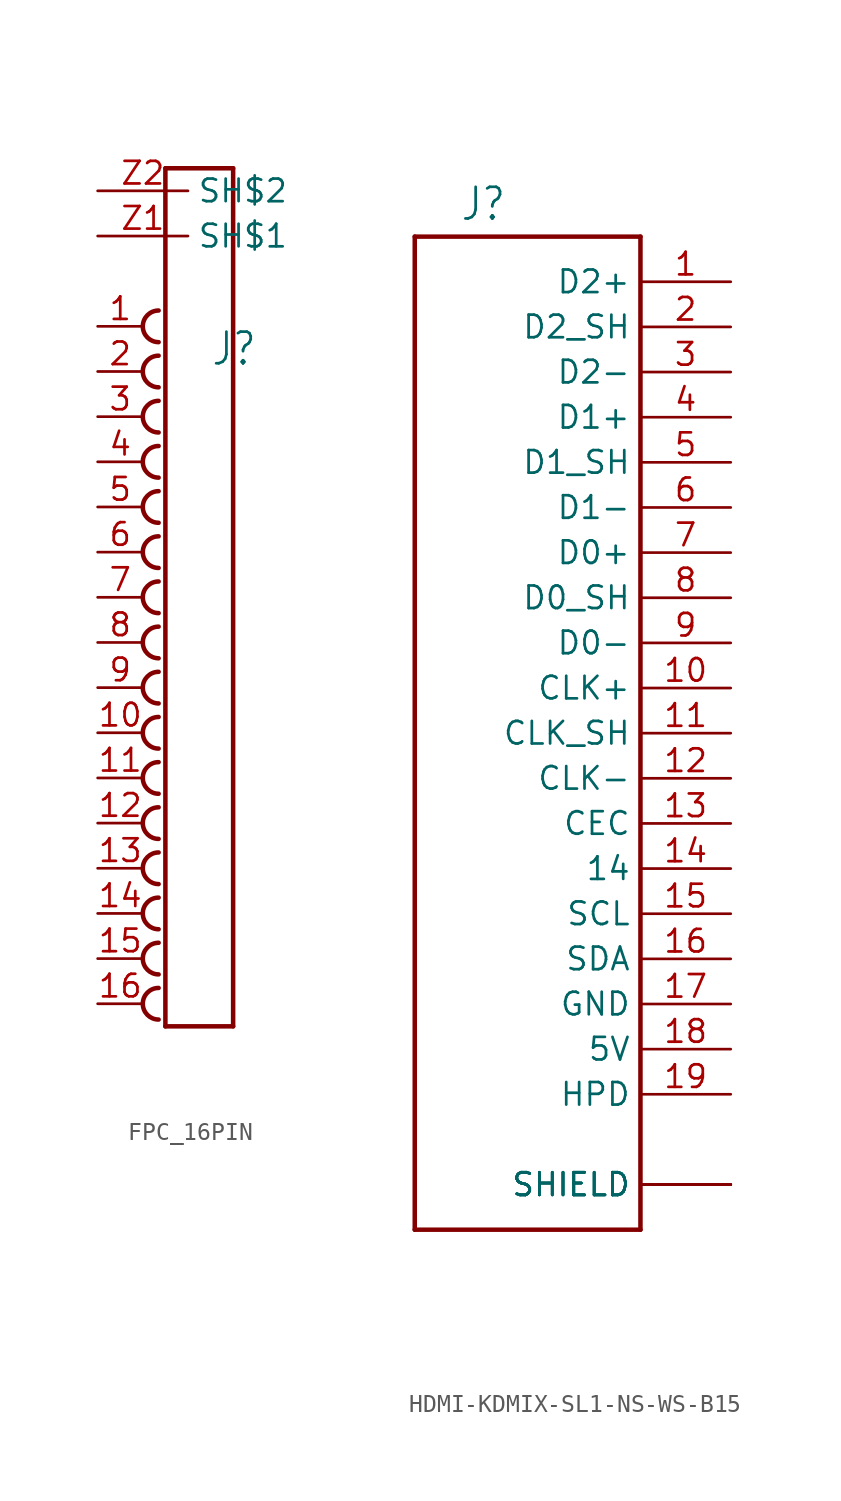
<source format=kicad_sym>
(kicad_symbol_lib
  (version 20231120)
  (generator "kicad_symbol_editor")
  (generator_version "8.0")
  (symbol "FPC_16PIN"
    (property "Reference" "J"
      (at 1.27 18.018 0)
      (effects (font (size 1.778 1.511)) (justify left bottom)))
    (property "Value" ""
      (at 1.27 15.24 0)
      (effects (font (size 1.778 1.511)) (justify left bottom)))
    (property "ki_locked" ""
      (at 0 0 0)
      (effects (font (size 1.27 1.27))))
    (symbol "FPC_16PIN_1_0"
      (arc (start -1.651 -16.891) (mid -2.54 -17.78) (end -1.651 -18.669) (stroke (width 0.254) (type solid)) (fill (type none)))
      (arc (start -1.651 -14.351) (mid -2.54 -15.24) (end -1.651 -16.129) (stroke (width 0.254) (type solid)) (fill (type none)))
      (arc (start -1.651 -11.811) (mid -2.54 -12.7) (end -1.651 -13.589) (stroke (width 0.254) (type solid)) (fill (type none)))
      (arc (start -1.651 -9.271) (mid -2.54 -10.16) (end -1.651 -11.049) (stroke (width 0.254) (type solid)) (fill (type none)))
      (arc (start -1.651 -6.731) (mid -2.54 -7.62) (end -1.651 -8.509) (stroke (width 0.254) (type solid)) (fill (type none)))
      (arc (start -1.651 -4.191) (mid -2.54 -5.08) (end -1.651 -5.969) (stroke (width 0.254) (type solid)) (fill (type none)))
      (arc (start -1.651 -1.651) (mid -2.54 -2.54) (end -1.651 -3.429) (stroke (width 0.254) (type solid)) (fill (type none)))
      (arc (start -1.651 0.889) (mid -2.54 0) (end -1.651 -0.889) (stroke (width 0.254) (type solid)) (fill (type none)))
      (arc (start -1.651 3.429) (mid -2.54 2.54) (end -1.651 1.651) (stroke (width 0.254) (type solid)) (fill (type none)))
      (arc (start -1.651 5.969) (mid -2.54 5.08) (end -1.651 4.191) (stroke (width 0.254) (type solid)) (fill (type none)))
      (arc (start -1.651 8.509) (mid -2.54 7.62) (end -1.651 6.731) (stroke (width 0.254) (type solid)) (fill (type none)))
      (arc (start -1.651 11.049) (mid -2.54 10.16) (end -1.651 9.271) (stroke (width 0.254) (type solid)) (fill (type none)))
      (arc (start -1.651 13.589) (mid -2.54 12.7) (end -1.651 11.811) (stroke (width 0.254) (type solid)) (fill (type none)))
      (arc (start -1.651 16.129) (mid -2.54 15.24) (end -1.651 14.351) (stroke (width 0.254) (type solid)) (fill (type none)))
      (arc (start -1.651 18.669) (mid -2.54 17.78) (end -1.651 16.891) (stroke (width 0.254) (type solid)) (fill (type none)))
      (arc (start -1.651 21.209) (mid -2.54 20.32) (end -1.651 19.431) (stroke (width 0.254) (type solid)) (fill (type none)))
      (polyline (pts (xy -1.27 -19.05) (xy -1.27 29.21)) (stroke (width 0.254) (type solid)) (fill (type none)))
      (polyline (pts (xy -1.27 29.21) (xy 2.54 29.21)) (stroke (width 0.254) (type solid)) (fill (type none)))
      (polyline (pts (xy 2.54 -19.05) (xy -1.27 -19.05)) (stroke (width 0.254) (type solid)) (fill (type none)))
      (polyline (pts (xy 2.54 29.21) (xy 2.54 -19.05)) (stroke (width 0.254) (type solid)) (fill (type none)))
      (pin passive line (at -5.08 20.32 0) (length 2.54) (name "1" (effects (font (size 0 0)))) (number "1" (effects (font (size 1.27 1.27)))))
      (pin passive line (at -5.08 -2.54 0) (length 2.54) (name "10" (effects (font (size 0 0)))) (number "10" (effects (font (size 1.27 1.27)))))
      (pin passive line (at -5.08 -5.08 0) (length 2.54) (name "11" (effects (font (size 0 0)))) (number "11" (effects (font (size 1.27 1.27)))))
      (pin passive line (at -5.08 -7.62 0) (length 2.54) (name "12" (effects (font (size 0 0)))) (number "12" (effects (font (size 1.27 1.27)))))
      (pin passive line (at -5.08 -10.16 0) (length 2.54) (name "13" (effects (font (size 0 0)))) (number "13" (effects (font (size 1.27 1.27)))))
      (pin passive line (at -5.08 -12.7 0) (length 2.54) (name "14" (effects (font (size 0 0)))) (number "14" (effects (font (size 1.27 1.27)))))
      (pin passive line (at -5.08 -15.24 0) (length 2.54) (name "15" (effects (font (size 0 0)))) (number "15" (effects (font (size 1.27 1.27)))))
      (pin passive line (at -5.08 -17.78 0) (length 2.54) (name "16" (effects (font (size 0 0)))) (number "16" (effects (font (size 1.27 1.27)))))
      (pin passive line (at -5.08 17.78 0) (length 2.54) (name "2" (effects (font (size 0 0)))) (number "2" (effects (font (size 1.27 1.27)))))
      (pin passive line (at -5.08 15.24 0) (length 2.54) (name "3" (effects (font (size 0 0)))) (number "3" (effects (font (size 1.27 1.27)))))
      (pin passive line (at -5.08 12.7 0) (length 2.54) (name "4" (effects (font (size 0 0)))) (number "4" (effects (font (size 1.27 1.27)))))
      (pin passive line (at -5.08 10.16 0) (length 2.54) (name "5" (effects (font (size 0 0)))) (number "5" (effects (font (size 1.27 1.27)))))
      (pin passive line (at -5.08 7.62 0) (length 2.54) (name "6" (effects (font (size 0 0)))) (number "6" (effects (font (size 1.27 1.27)))))
      (pin passive line (at -5.08 5.08 0) (length 2.54) (name "7" (effects (font (size 0 0)))) (number "7" (effects (font (size 1.27 1.27)))))
      (pin passive line (at -5.08 2.54 0) (length 2.54) (name "8" (effects (font (size 0 0)))) (number "8" (effects (font (size 1.27 1.27)))))
      (pin passive line (at -5.08 0 0) (length 2.54) (name "9" (effects (font (size 0 0)))) (number "9" (effects (font (size 1.27 1.27)))))
      (pin bidirectional line (at -5.08 25.4 0) (length 5.08) (name "SH$1" (effects (font (size 1.27 1.27)))) (number "Z1" (effects (font (size 1.27 1.27)))))
      (pin bidirectional line (at -5.08 27.94 0) (length 5.08) (name "SH$2" (effects (font (size 1.27 1.27)))) (number "Z2" (effects (font (size 1.27 1.27)))))))
  (symbol "HDMI-KDMIX-SL1-NS-WS-B15"
    (property "Reference" "J"
      (at -5.086 28.738 0)
      (effects (font (size 1.78 1.513)) (justify left bottom)))
    (property "Value" ""
      (at -5.089 -30.534 0)
      (effects (font (size 1.781 1.514)) (justify left bottom)))
    (property "ki_locked" ""
      (at 0 0 0)
      (effects (font (size 1.27 1.27))))
    (symbol "HDMI-KDMIX-SL1-NS-WS-B15_1_0"
      (polyline (pts (xy -7.62 -27.94) (xy 5.08 -27.94)) (stroke (width 0.254) (type solid)) (fill (type none)))
      (polyline (pts (xy -7.62 27.94) (xy -7.62 -27.94)) (stroke (width 0.254) (type solid)) (fill (type none)))
      (polyline (pts (xy 5.08 -27.94) (xy 5.08 27.94)) (stroke (width 0.254) (type solid)) (fill (type none)))
      (polyline (pts (xy 5.08 27.94) (xy -7.62 27.94)) (stroke (width 0.254) (type solid)) (fill (type none)))
      (pin passive line (at 10.16 25.4 180) (length 5.08) (name "D2+" (effects (font (size 1.27 1.27)))) (number "1" (effects (font (size 1.27 1.27)))))
      (pin passive line (at 10.16 2.54 180) (length 5.08) (name "CLK+" (effects (font (size 1.27 1.27)))) (number "10" (effects (font (size 1.27 1.27)))))
      (pin passive line (at 10.16 0 180) (length 5.08) (name "CLK_SH" (effects (font (size 1.27 1.27)))) (number "11" (effects (font (size 1.27 1.27)))))
      (pin passive line (at 10.16 -2.54 180) (length 5.08) (name "CLK-" (effects (font (size 1.27 1.27)))) (number "12" (effects (font (size 1.27 1.27)))))
      (pin passive line (at 10.16 -5.08 180) (length 5.08) (name "CEC" (effects (font (size 1.27 1.27)))) (number "13" (effects (font (size 1.27 1.27)))))
      (pin passive line (at 10.16 -7.62 180) (length 5.08) (name "14" (effects (font (size 1.27 1.27)))) (number "14" (effects (font (size 1.27 1.27)))))
      (pin passive line (at 10.16 -10.16 180) (length 5.08) (name "SCL" (effects (font (size 1.27 1.27)))) (number "15" (effects (font (size 1.27 1.27)))))
      (pin passive line (at 10.16 -12.7 180) (length 5.08) (name "SDA" (effects (font (size 1.27 1.27)))) (number "16" (effects (font (size 1.27 1.27)))))
      (pin passive line (at 10.16 -15.24 180) (length 5.08) (name "GND" (effects (font (size 1.27 1.27)))) (number "17" (effects (font (size 1.27 1.27)))))
      (pin passive line (at 10.16 -17.78 180) (length 5.08) (name "5V" (effects (font (size 1.27 1.27)))) (number "18" (effects (font (size 1.27 1.27)))))
      (pin passive line (at 10.16 -20.32 180) (length 5.08) (name "HPD" (effects (font (size 1.27 1.27)))) (number "19" (effects (font (size 1.27 1.27)))))
      (pin passive line (at 10.16 22.86 180) (length 5.08) (name "D2_SH" (effects (font (size 1.27 1.27)))) (number "2" (effects (font (size 1.27 1.27)))))
      (pin passive line (at 10.16 20.32 180) (length 5.08) (name "D2-" (effects (font (size 1.27 1.27)))) (number "3" (effects (font (size 1.27 1.27)))))
      (pin passive line (at 10.16 17.78 180) (length 5.08) (name "D1+" (effects (font (size 1.27 1.27)))) (number "4" (effects (font (size 1.27 1.27)))))
      (pin passive line (at 10.16 15.24 180) (length 5.08) (name "D1_SH" (effects (font (size 1.27 1.27)))) (number "5" (effects (font (size 1.27 1.27)))))
      (pin passive line (at 10.16 12.7 180) (length 5.08) (name "D1-" (effects (font (size 1.27 1.27)))) (number "6" (effects (font (size 1.27 1.27)))))
      (pin passive line (at 10.16 10.16 180) (length 5.08) (name "D0+" (effects (font (size 1.27 1.27)))) (number "7" (effects (font (size 1.27 1.27)))))
      (pin passive line (at 10.16 7.62 180) (length 5.08) (name "D0_SH" (effects (font (size 1.27 1.27)))) (number "8" (effects (font (size 1.27 1.27)))))
      (pin passive line (at 10.16 5.08 180) (length 5.08) (name "D0-" (effects (font (size 1.27 1.27)))) (number "9" (effects (font (size 1.27 1.27)))))
      (pin passive line (at 10.16 -25.4 180) (length 5.08) (name "SHIELD" (effects (font (size 1.27 1.27)))) (number "S1" (effects (font (size 0 0)))))
      (pin passive line (at 10.16 -25.4 180) (length 5.08) (name "SHIELD" (effects (font (size 1.27 1.27)))) (number "S2" (effects (font (size 0 0)))))
      (pin passive line (at 10.16 -25.4 180) (length 5.08) (name "SHIELD" (effects (font (size 1.27 1.27)))) (number "S3" (effects (font (size 0 0)))))
      (pin passive line (at 10.16 -25.4 180) (length 5.08) (name "SHIELD" (effects (font (size 1.27 1.27)))) (number "S4" (effects (font (size 0 0))))))))
</source>
